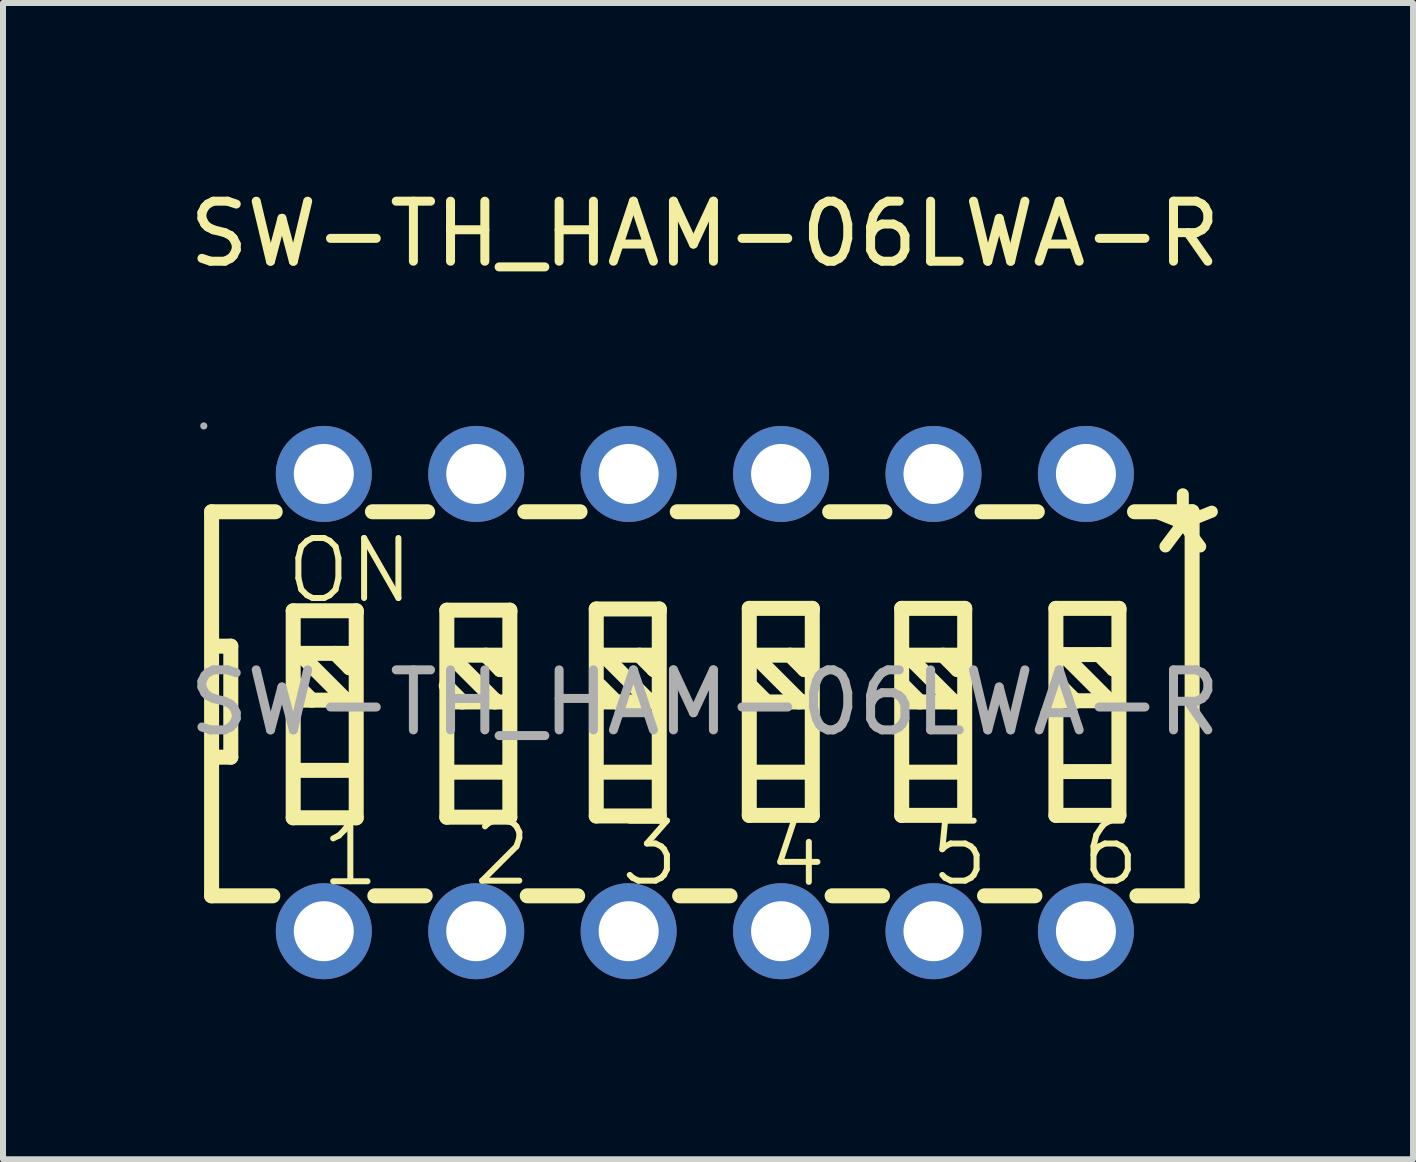
<source format=kicad_pcb>
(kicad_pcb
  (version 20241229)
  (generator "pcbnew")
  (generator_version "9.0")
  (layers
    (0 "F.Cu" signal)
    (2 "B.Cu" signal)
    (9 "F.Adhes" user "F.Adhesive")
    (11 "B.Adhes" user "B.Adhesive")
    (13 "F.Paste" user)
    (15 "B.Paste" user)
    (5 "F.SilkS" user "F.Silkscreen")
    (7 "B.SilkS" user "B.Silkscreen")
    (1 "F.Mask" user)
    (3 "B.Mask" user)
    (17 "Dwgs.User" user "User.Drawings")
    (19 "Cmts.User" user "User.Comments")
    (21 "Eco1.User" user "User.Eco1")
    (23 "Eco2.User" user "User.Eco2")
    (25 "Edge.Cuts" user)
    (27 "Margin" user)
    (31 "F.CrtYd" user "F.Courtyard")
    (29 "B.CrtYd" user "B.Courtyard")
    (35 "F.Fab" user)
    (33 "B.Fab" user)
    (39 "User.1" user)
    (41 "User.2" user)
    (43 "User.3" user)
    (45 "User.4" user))
  (footprint "SW-TH_HAM-06LWA-R"
    (layer "F.Cu")
    (at 8.696 8.658)
    (property "Reference" "SW-TH_HAM-06LWA-R" (at 0 -7.81 0) (layer "F.SilkS") (effects (font (size 1 1) (thickness 0.15))))
    (attr through_hole)
    (fp_line (start -8.22 -3.18) (end -8.22 3.22) (stroke (width 0.25) (type solid)) (layer "F.SilkS"))
    (fp_line (start -8.22 -3.18) (end -7.16 -3.18) (stroke (width 0.25) (type solid)) (layer "F.SilkS"))
    (fp_line (start -8.22 3.22) (end -7.2 3.22) (stroke (width 0.25) (type solid)) (layer "F.SilkS"))
    (fp_line (start -8.2 -0.94) (end -7.9 -0.94) (stroke (width 0.25) (type solid)) (layer "F.SilkS"))
    (fp_line (start -7.9 -0.94) (end -7.9 0.91) (stroke (width 0.25) (type solid)) (layer "F.SilkS"))
    (fp_line (start -7.9 0.91) (end -8.18 0.91) (stroke (width 0.25) (type solid)) (layer "F.SilkS"))
    (fp_line (start -6.86 -1.53) (end -6.86 1.92) (stroke (width 0.25) (type solid)) (layer "F.SilkS"))
    (fp_line (start -6.86 1.92) (end -5.81 1.92) (stroke (width 0.25) (type solid)) (layer "F.SilkS"))
    (fp_line (start -6.76 -0.82) (end -6.01 -0.07) (stroke (width 0.25) (type solid)) (layer "F.SilkS"))
    (fp_line (start -6.75 -0.04) (end -5.88 -0.04) (stroke (width 0.25) (type solid)) (layer "F.SilkS"))
    (fp_line (start -6.73 -0.82) (end -5.86 -0.82) (stroke (width 0.25) (type solid)) (layer "F.SilkS"))
    (fp_line (start -6.73 1.13) (end -5.86 1.13) (stroke (width 0.25) (type solid)) (layer "F.SilkS"))
    (fp_line (start -6.55 -0.04) (end -6.82 -0.31) (stroke (width 0.25) (type solid)) (layer "F.SilkS"))
    (fp_line (start -6.16 -0.82) (end -5.92 -0.58) (stroke (width 0.25) (type solid)) (layer "F.SilkS"))
    (fp_line (start -6.01 -0.07) (end -6.01 -0.04) (stroke (width 0.25) (type solid)) (layer "F.SilkS"))
    (fp_line (start -5.92 -0.58) (end -5.89 -0.58) (stroke (width 0.25) (type solid)) (layer "F.SilkS"))
    (fp_line (start -5.81 -1.53) (end -6.86 -1.53) (stroke (width 0.25) (type solid)) (layer "F.SilkS"))
    (fp_line (start -5.81 -1.5) (end -5.81 -1.53) (stroke (width 0.25) (type solid)) (layer "F.SilkS"))
    (fp_line (start -5.81 1.92) (end -5.81 -1.5) (stroke (width 0.25) (type solid)) (layer "F.SilkS"))
    (fp_line (start -5.54 -3.18) (end -4.62 -3.18) (stroke (width 0.25) (type solid)) (layer "F.SilkS"))
    (fp_line (start -5.5 3.22) (end -4.66 3.22) (stroke (width 0.25) (type solid)) (layer "F.SilkS"))
    (fp_line (start -4.3 -1.54) (end -4.3 1.91) (stroke (width 0.25) (type solid)) (layer "F.SilkS"))
    (fp_line (start -4.3 1.91) (end -3.25 1.91) (stroke (width 0.25) (type solid)) (layer "F.SilkS"))
    (fp_line (start -4.25 -0.79) (end -3.5 -0.04) (stroke (width 0.25) (type solid)) (layer "F.SilkS"))
    (fp_line (start -4.24 -0.01) (end -3.37 -0.01) (stroke (width 0.25) (type solid)) (layer "F.SilkS"))
    (fp_line (start -4.22 -0.79) (end -3.35 -0.79) (stroke (width 0.25) (type solid)) (layer "F.SilkS"))
    (fp_line (start -4.22 1.16) (end -3.35 1.16) (stroke (width 0.25) (type solid)) (layer "F.SilkS"))
    (fp_line (start -4.04 -0.01) (end -4.31 -0.28) (stroke (width 0.25) (type solid)) (layer "F.SilkS"))
    (fp_line (start -3.65 -0.79) (end -3.41 -0.55) (stroke (width 0.25) (type solid)) (layer "F.SilkS"))
    (fp_line (start -3.5 -0.04) (end -3.5 -0.01) (stroke (width 0.25) (type solid)) (layer "F.SilkS"))
    (fp_line (start -3.41 -0.55) (end -3.38 -0.55) (stroke (width 0.25) (type solid)) (layer "F.SilkS"))
    (fp_line (start -3.25 -1.54) (end -4.3 -1.54) (stroke (width 0.25) (type solid)) (layer "F.SilkS"))
    (fp_line (start -3.25 -1.51) (end -3.25 -1.54) (stroke (width 0.25) (type solid)) (layer "F.SilkS"))
    (fp_line (start -3.25 1.91) (end -3.25 -1.51) (stroke (width 0.25) (type solid)) (layer "F.SilkS"))
    (fp_line (start -3 -3.18) (end -2.08 -3.18) (stroke (width 0.25) (type solid)) (layer "F.SilkS"))
    (fp_line (start -2.96 3.22) (end -2.12 3.22) (stroke (width 0.25) (type solid)) (layer "F.SilkS"))
    (fp_line (start -1.81 -1.56) (end -1.81 1.89) (stroke (width 0.25) (type solid)) (layer "F.SilkS"))
    (fp_line (start -1.81 1.89) (end -0.76 1.89) (stroke (width 0.25) (type solid)) (layer "F.SilkS"))
    (fp_line (start -1.69 -0.79) (end -0.94 -0.04) (stroke (width 0.25) (type solid)) (layer "F.SilkS"))
    (fp_line (start -1.68 -0.01) (end -0.81 -0.01) (stroke (width 0.25) (type solid)) (layer "F.SilkS"))
    (fp_line (start -1.66 -0.79) (end -0.79 -0.79) (stroke (width 0.25) (type solid)) (layer "F.SilkS"))
    (fp_line (start -1.66 1.16) (end -0.79 1.16) (stroke (width 0.25) (type solid)) (layer "F.SilkS"))
    (fp_line (start -1.48 -0.01) (end -1.75 -0.28) (stroke (width 0.25) (type solid)) (layer "F.SilkS"))
    (fp_line (start -1.09 -0.79) (end -0.85 -0.55) (stroke (width 0.25) (type solid)) (layer "F.SilkS"))
    (fp_line (start -0.94 -0.04) (end -0.94 -0.01) (stroke (width 0.25) (type solid)) (layer "F.SilkS"))
    (fp_line (start -0.85 -0.55) (end -0.82 -0.55) (stroke (width 0.25) (type solid)) (layer "F.SilkS"))
    (fp_line (start -0.76 -1.56) (end -1.81 -1.56) (stroke (width 0.25) (type solid)) (layer "F.SilkS"))
    (fp_line (start -0.76 -1.53) (end -0.76 -1.56) (stroke (width 0.25) (type solid)) (layer "F.SilkS"))
    (fp_line (start -0.76 1.89) (end -0.76 -1.53) (stroke (width 0.25) (type solid)) (layer "F.SilkS"))
    (fp_line (start -0.46 -3.18) (end 0.46 -3.18) (stroke (width 0.25) (type solid)) (layer "F.SilkS"))
    (fp_line (start -0.42 3.22) (end 0.42 3.22) (stroke (width 0.25) (type solid)) (layer "F.SilkS"))
    (fp_line (start 0.74 -1.57) (end 0.74 1.88) (stroke (width 0.25) (type solid)) (layer "F.SilkS"))
    (fp_line (start 0.74 1.88) (end 1.79 1.88) (stroke (width 0.25) (type solid)) (layer "F.SilkS"))
    (fp_line (start 0.82 -0.79) (end 1.57 -0.04) (stroke (width 0.25) (type solid)) (layer "F.SilkS"))
    (fp_line (start 0.83 -0.01) (end 1.7 -0.01) (stroke (width 0.25) (type solid)) (layer "F.SilkS"))
    (fp_line (start 0.85 -0.79) (end 1.72 -0.79) (stroke (width 0.25) (type solid)) (layer "F.SilkS"))
    (fp_line (start 0.85 1.16) (end 1.72 1.16) (stroke (width 0.25) (type solid)) (layer "F.SilkS"))
    (fp_line (start 1.03 -0.01) (end 0.76 -0.28) (stroke (width 0.25) (type solid)) (layer "F.SilkS"))
    (fp_line (start 1.42 -0.79) (end 1.66 -0.55) (stroke (width 0.25) (type solid)) (layer "F.SilkS"))
    (fp_line (start 1.57 -0.04) (end 1.57 -0.01) (stroke (width 0.25) (type solid)) (layer "F.SilkS"))
    (fp_line (start 1.66 -0.55) (end 1.69 -0.55) (stroke (width 0.25) (type solid)) (layer "F.SilkS"))
    (fp_line (start 1.79 -1.57) (end 0.74 -1.57) (stroke (width 0.25) (type solid)) (layer "F.SilkS"))
    (fp_line (start 1.79 -1.54) (end 1.79 -1.57) (stroke (width 0.25) (type solid)) (layer "F.SilkS"))
    (fp_line (start 1.79 1.88) (end 1.79 -1.54) (stroke (width 0.25) (type solid)) (layer "F.SilkS"))
    (fp_line (start 2.08 -3.18) (end 3 -3.18) (stroke (width 0.25) (type solid)) (layer "F.SilkS"))
    (fp_line (start 2.12 3.22) (end 2.96 3.22) (stroke (width 0.25) (type solid)) (layer "F.SilkS"))
    (fp_line (start 3.28 -1.57) (end 3.28 1.88) (stroke (width 0.25) (type solid)) (layer "F.SilkS"))
    (fp_line (start 3.28 1.88) (end 4.33 1.88) (stroke (width 0.25) (type solid)) (layer "F.SilkS"))
    (fp_line (start 3.37 -0.79) (end 4.12 -0.04) (stroke (width 0.25) (type solid)) (layer "F.SilkS"))
    (fp_line (start 3.38 -0.01) (end 4.25 -0.01) (stroke (width 0.25) (type solid)) (layer "F.SilkS"))
    (fp_line (start 3.4 -0.79) (end 4.27 -0.79) (stroke (width 0.25) (type solid)) (layer "F.SilkS"))
    (fp_line (start 3.4 1.16) (end 4.27 1.16) (stroke (width 0.25) (type solid)) (layer "F.SilkS"))
    (fp_line (start 3.58 -0.01) (end 3.31 -0.28) (stroke (width 0.25) (type solid)) (layer "F.SilkS"))
    (fp_line (start 3.97 -0.79) (end 4.21 -0.55) (stroke (width 0.25) (type solid)) (layer "F.SilkS"))
    (fp_line (start 4.12 -0.04) (end 4.12 -0.01) (stroke (width 0.25) (type solid)) (layer "F.SilkS"))
    (fp_line (start 4.21 -0.55) (end 4.24 -0.55) (stroke (width 0.25) (type solid)) (layer "F.SilkS"))
    (fp_line (start 4.33 -1.57) (end 3.28 -1.57) (stroke (width 0.25) (type solid)) (layer "F.SilkS"))
    (fp_line (start 4.33 -1.54) (end 4.33 -1.57) (stroke (width 0.25) (type solid)) (layer "F.SilkS"))
    (fp_line (start 4.33 1.88) (end 4.33 -1.54) (stroke (width 0.25) (type solid)) (layer "F.SilkS"))
    (fp_line (start 4.62 -3.18) (end 5.54 -3.18) (stroke (width 0.25) (type solid)) (layer "F.SilkS"))
    (fp_line (start 4.66 3.22) (end 5.5 3.22) (stroke (width 0.25) (type solid)) (layer "F.SilkS"))
    (fp_line (start 5.85 -1.57) (end 5.85 1.88) (stroke (width 0.25) (type solid)) (layer "F.SilkS"))
    (fp_line (start 5.85 1.88) (end 6.9 1.88) (stroke (width 0.25) (type solid)) (layer "F.SilkS"))
    (fp_line (start 5.97 -0.8) (end 6.72 -0.05) (stroke (width 0.25) (type solid)) (layer "F.SilkS"))
    (fp_line (start 5.98 -0.03) (end 6.85 -0.03) (stroke (width 0.25) (type solid)) (layer "F.SilkS"))
    (fp_line (start 6 -0.8) (end 6.87 -0.8) (stroke (width 0.25) (type solid)) (layer "F.SilkS"))
    (fp_line (start 6 1.15) (end 6.87 1.15) (stroke (width 0.25) (type solid)) (layer "F.SilkS"))
    (fp_line (start 6.18 -0.02) (end 5.91 -0.29) (stroke (width 0.25) (type solid)) (layer "F.SilkS"))
    (fp_line (start 6.57 -0.8) (end 6.81 -0.56) (stroke (width 0.25) (type solid)) (layer "F.SilkS"))
    (fp_line (start 6.72 -0.05) (end 6.72 -0.02) (stroke (width 0.25) (type solid)) (layer "F.SilkS"))
    (fp_line (start 6.81 -0.56) (end 6.84 -0.56) (stroke (width 0.25) (type solid)) (layer "F.SilkS"))
    (fp_line (start 6.9 -1.57) (end 5.85 -1.57) (stroke (width 0.25) (type solid)) (layer "F.SilkS"))
    (fp_line (start 6.9 -1.54) (end 6.9 -1.57) (stroke (width 0.25) (type solid)) (layer "F.SilkS"))
    (fp_line (start 6.9 1.88) (end 6.9 -1.54) (stroke (width 0.25) (type solid)) (layer "F.SilkS"))
    (fp_line (start 7.16 -3.18) (end 8.12 -3.18) (stroke (width 0.25) (type solid)) (layer "F.SilkS"))
    (fp_line (start 7.2 3.22) (end 8.12 3.22) (stroke (width 0.25) (type solid)) (layer "F.SilkS"))
    (fp_line (start 8.12 -3.18) (end 8.12 3.23) (stroke (width 0.25) (type solid)) (layer "F.SilkS"))
    (fp_circle (center -8.35 -4.61) (end -8.32 -4.61) (stroke (width 0.06) (type solid)) (fill no) (layer "F.Fab"))
    (fp_circle (center -6.35 -3.81) (end -6.15 -3.81) (stroke (width 0.4) (type solid)) (fill no) (layer "F.Fab"))
    (fp_circle (center -6.35 3.81) (end -6.15 3.81) (stroke (width 0.4) (type solid)) (fill no) (layer "F.Fab"))
    (fp_circle (center -3.81 -3.81) (end -3.61 -3.81) (stroke (width 0.4) (type solid)) (fill no) (layer "F.Fab"))
    (fp_circle (center -3.81 3.81) (end -3.61 3.81) (stroke (width 0.4) (type solid)) (fill no) (layer "F.Fab"))
    (fp_circle (center -1.27 -3.81) (end -1.07 -3.81) (stroke (width 0.4) (type solid)) (fill no) (layer "F.Fab"))
    (fp_circle (center -1.27 3.81) (end -1.07 3.81) (stroke (width 0.4) (type solid)) (fill no) (layer "F.Fab"))
    (fp_circle (center 1.27 -3.81) (end 1.47 -3.81) (stroke (width 0.4) (type solid)) (fill no) (layer "F.Fab"))
    (fp_circle (center 1.27 3.81) (end 1.47 3.81) (stroke (width 0.4) (type solid)) (fill no) (layer "F.Fab"))
    (fp_circle (center 3.81 -3.81) (end 4.01 -3.81) (stroke (width 0.4) (type solid)) (fill no) (layer "F.Fab"))
    (fp_circle (center 3.81 3.81) (end 4.01 3.81) (stroke (width 0.4) (type solid)) (fill no) (layer "F.Fab"))
    (fp_circle (center 6.35 -3.81) (end 6.55 -3.81) (stroke (width 0.4) (type solid)) (fill no) (layer "F.Fab"))
    (fp_circle (center 6.35 3.81) (end 6.55 3.81) (stroke (width 0.4) (type solid)) (fill no) (layer "F.Fab"))
    (fp_text user "6" (at 6.22 2.51 0) (layer "F.SilkS") (effects (font (size 1 1) (thickness 0.1)) (justify left)))
    (fp_text user "ON" (at -7.03 -2.2 0) (layer "F.SilkS") (effects (font (size 1 1) (thickness 0.1)) (justify left)))
    (fp_text user "1" (at -6.45 2.52 0) (layer "F.SilkS") (effects (font (size 1 1) (thickness 0.1)) (justify left)))
    (fp_text user "4" (at 1 2.53 0) (layer "F.SilkS") (effects (font (size 1 1) (thickness 0.1)) (justify left)))
    (fp_text user "2" (at -3.92 2.51 0) (layer "F.SilkS") (effects (font (size 1 1) (thickness 0.1)) (justify left)))
    (fp_text user "*" (at 7.06 -2.37 0) (layer "F.SilkS") (effects (font (size 2.03 2.03) (thickness 0.2)) (justify left)))
    (fp_text user "5" (at 3.7 2.51 0) (layer "F.SilkS") (effects (font (size 1 1) (thickness 0.1)) (justify left)))
    (fp_text user "3" (at -1.46 2.51 0) (layer "F.SilkS") (effects (font (size 1 1) (thickness 0.1)) (justify left)))
    (fp_text user "${REFERENCE}" (at 0 0 0) (layer "F.Fab") (effects (font (size 1 1) (thickness 0.15))))
    (pad "1" thru_hole circle (at -6.35 -3.81 180) (size 1.6 1.6) (drill 1) (layers "*.Cu" "*.Paste" "*.Mask"))
    (pad "2" thru_hole circle (at -3.81 -3.81 180) (size 1.6 1.6) (drill 1) (layers "*.Cu" "*.Paste" "*.Mask"))
    (pad "3" thru_hole circle (at -1.27 -3.81 180) (size 1.6 1.6) (drill 1) (layers "*.Cu" "*.Paste" "*.Mask"))
    (pad "4" thru_hole circle (at 1.27 -3.81 180) (size 1.6 1.6) (drill 1) (layers "*.Cu" "*.Paste" "*.Mask"))
    (pad "5" thru_hole circle (at 3.81 -3.81 180) (size 1.6 1.6) (drill 1) (layers "*.Cu" "*.Paste" "*.Mask"))
    (pad "6" thru_hole circle (at 6.35 -3.81 180) (size 1.6 1.6) (drill 1) (layers "*.Cu" "*.Paste" "*.Mask"))
    (pad "7" thru_hole circle (at -6.35 3.81) (size 1.6 1.6) (drill 1) (layers "*.Cu" "*.Paste" "*.Mask"))
    (pad "8" thru_hole circle (at -3.81 3.81) (size 1.6 1.6) (drill 1) (layers "*.Cu" "*.Paste" "*.Mask"))
    (pad "9" thru_hole circle (at -1.27 3.81) (size 1.6 1.6) (drill 1) (layers "*.Cu" "*.Paste" "*.Mask"))
    (pad "10" thru_hole circle (at 1.27 3.81) (size 1.6 1.6) (drill 1) (layers "*.Cu" "*.Paste" "*.Mask"))
    (pad "11" thru_hole circle (at 3.81 3.81) (size 1.6 1.6) (drill 1) (layers "*.Cu" "*.Paste" "*.Mask"))
    (pad "12" thru_hole circle (at 6.35 3.81) (size 1.6 1.6) (drill 1) (layers "*.Cu" "*.Paste" "*.Mask")))
  (gr_rect
    (start -3 -3)
    (end 20.497 16.268)
    (stroke (width 0.1) (type default))
    (fill no)
    (layer "Edge.Cuts")))
</source>
